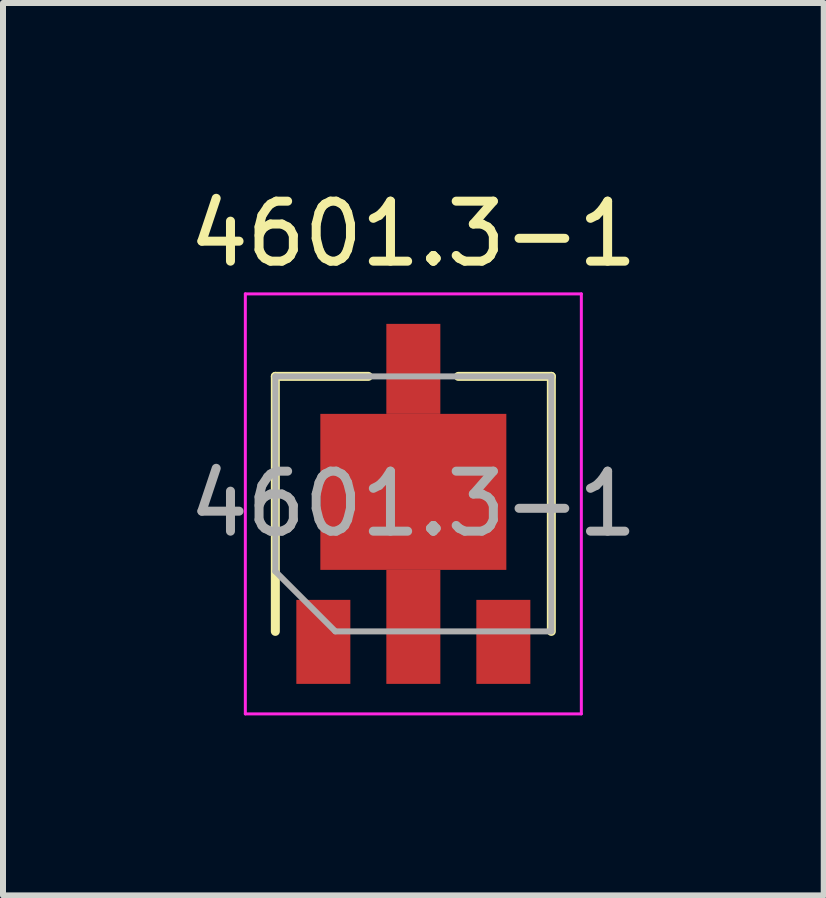
<source format=kicad_pcb>
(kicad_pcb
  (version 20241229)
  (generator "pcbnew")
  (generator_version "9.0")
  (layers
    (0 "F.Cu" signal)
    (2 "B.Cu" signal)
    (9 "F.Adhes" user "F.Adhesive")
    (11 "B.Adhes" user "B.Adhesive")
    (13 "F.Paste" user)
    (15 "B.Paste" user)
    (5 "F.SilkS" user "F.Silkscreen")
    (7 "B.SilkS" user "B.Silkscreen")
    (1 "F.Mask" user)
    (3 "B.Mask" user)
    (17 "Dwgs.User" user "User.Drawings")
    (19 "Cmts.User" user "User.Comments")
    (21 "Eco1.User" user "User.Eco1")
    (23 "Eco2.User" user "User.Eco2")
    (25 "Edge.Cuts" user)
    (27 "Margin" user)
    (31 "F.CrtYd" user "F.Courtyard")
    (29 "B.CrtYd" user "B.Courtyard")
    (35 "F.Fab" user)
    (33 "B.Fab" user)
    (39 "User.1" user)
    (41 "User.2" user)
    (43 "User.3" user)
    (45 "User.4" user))
  (footprint "4601.3-1"
    (layer "F.Cu")
    (at 3.839 5.348)
    (property "Reference" "4601.3-1" (at 0 -4.5 0) (layer "F.SilkS") (effects (font (size 1 1) (thickness 0.15))))
    (attr smd)
    (fp_line (start -2.3 -2.125) (end -2.3 2.125) (stroke (width 0.15) (type solid)) (layer "F.SilkS"))
    (fp_line (start -2.3 -2.125) (end -0.75 -2.125) (stroke (width 0.15) (type solid)) (layer "F.SilkS"))
    (fp_line (start 2.3 -2.125) (end 0.75 -2.125) (stroke (width 0.15) (type solid)) (layer "F.SilkS"))
    (fp_line (start 2.3 -2.125) (end 2.3 2.125) (stroke (width 0.15) (type solid)) (layer "F.SilkS"))
    (fp_line (start -2.8 -3.5) (end 2.8 -3.5) (stroke (width 0.05) (type solid)) (layer "F.CrtYd"))
    (fp_line (start -2.8 3.5) (end -2.8 -3.5) (stroke (width 0.05) (type solid)) (layer "F.CrtYd"))
    (fp_line (start 2.8 -3.5) (end 2.8 3.5) (stroke (width 0.05) (type solid)) (layer "F.CrtYd"))
    (fp_line (start 2.8 3.5) (end -2.8 3.5) (stroke (width 0.05) (type solid)) (layer "F.CrtYd"))
    (fp_line (start -2.3 -2.125) (end 2.3 -2.125) (stroke (width 0.1) (type solid)) (layer "F.Fab"))
    (fp_line (start -2.3 1.125) (end -2.3 -2.125) (stroke (width 0.1) (type solid)) (layer "F.Fab"))
    (fp_line (start -1.3 2.125) (end -2.3 1.125) (stroke (width 0.1) (type solid)) (layer "F.Fab"))
    (fp_line (start 2.3 -2.125) (end 2.3 2.125) (stroke (width 0.1) (type solid)) (layer "F.Fab"))
    (fp_line (start 2.3 2.125) (end -1.3 2.125) (stroke (width 0.1) (type solid)) (layer "F.Fab"))
    (fp_text user "${REFERENCE}" (at 0 0 0) (layer "F.Fab") (effects (font (size 1 1) (thickness 0.15))))
    (pad "1" smd rect (at -1.5 2.3 90) (size 1.4 0.9) (layers "F.Cu" "F.Mask" "F.Paste"))
    (pad "2" smd rect (at 1.5 2.3 90) (size 1.4 0.9) (layers "F.Cu" "F.Mask" "F.Paste"))
    (pad "3" smd rect (at 0 -2.25 90) (size 1.5 0.9) (layers "F.Cu" "F.Mask" "F.Paste"))
    (pad "3" smd rect (at 0 -0.2) (size 3.1 2.6) (layers "F.Cu" "F.Mask" "F.Paste"))
    (pad "3" smd rect (at 0 2.05 90) (size 1.9 0.9) (layers "F.Cu" "F.Mask" "F.Paste")))
  (gr_rect
    (start -3 -3)
    (end 10.679 11.873)
    (stroke (width 0.1) (type default))
    (fill no)
    (layer "Edge.Cuts")))
</source>
